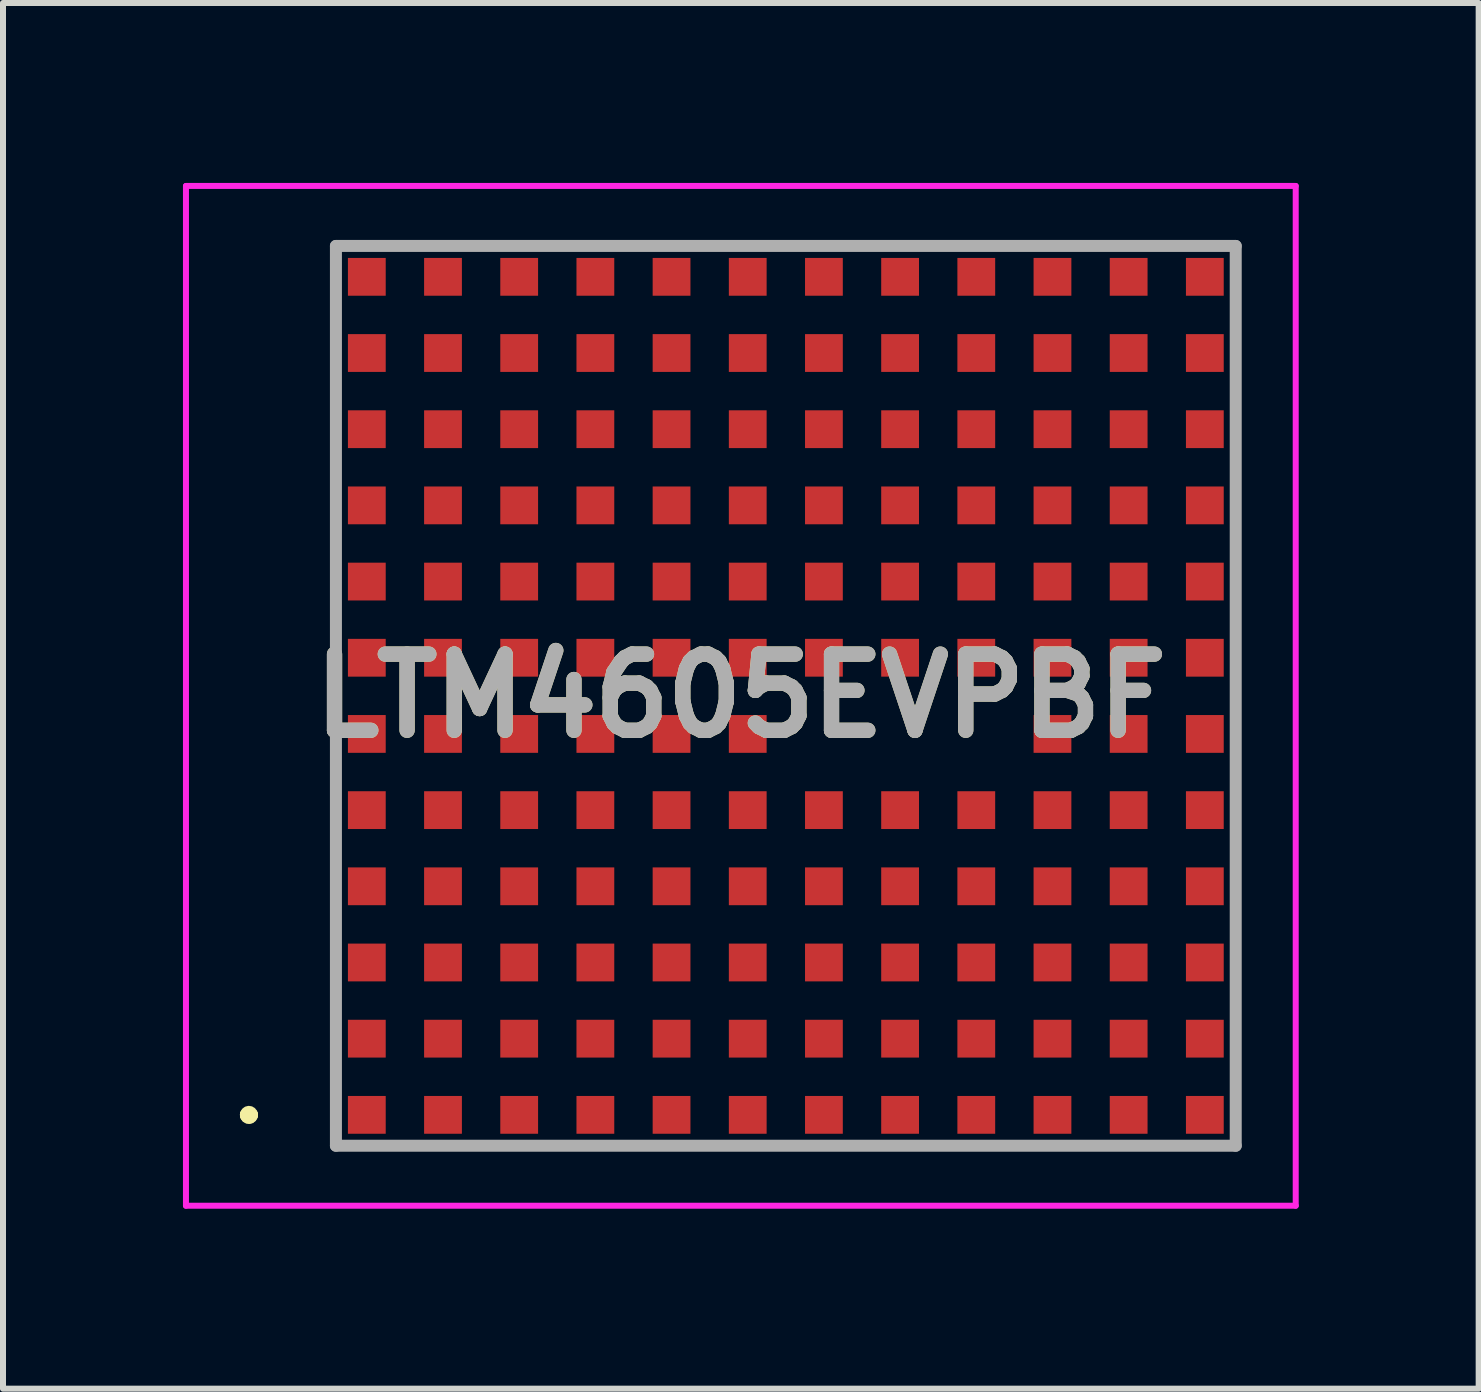
<source format=kicad_pcb>
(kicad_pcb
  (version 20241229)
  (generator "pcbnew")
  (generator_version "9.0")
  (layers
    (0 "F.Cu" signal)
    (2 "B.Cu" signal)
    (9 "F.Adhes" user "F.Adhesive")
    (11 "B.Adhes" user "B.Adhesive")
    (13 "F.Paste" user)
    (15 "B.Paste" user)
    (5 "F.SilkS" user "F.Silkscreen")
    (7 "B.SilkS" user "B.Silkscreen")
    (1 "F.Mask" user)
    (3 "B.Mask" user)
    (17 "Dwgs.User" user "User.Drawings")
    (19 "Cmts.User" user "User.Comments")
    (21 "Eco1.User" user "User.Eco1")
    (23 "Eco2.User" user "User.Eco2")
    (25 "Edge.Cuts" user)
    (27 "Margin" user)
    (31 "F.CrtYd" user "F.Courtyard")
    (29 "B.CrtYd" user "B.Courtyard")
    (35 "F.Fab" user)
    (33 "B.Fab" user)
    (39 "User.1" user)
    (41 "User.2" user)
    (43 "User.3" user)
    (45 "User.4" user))
  (footprint "LTM4605EVPBF"
    (layer "F.Cu")
    (at 10.05 8.55)
    (property "Reference" "LTM4605EVPBF" (at -0.75 0 0) (layer "F.SilkS") (effects (font (size 1.27 1.27) (thickness 0.254))))
    (attr smd)
    (fp_line (start -9 6.985) (end -9 6.985) (stroke (width 0.2) (type solid)) (layer "F.SilkS"))
    (fp_line (start -9 6.985) (end -9 6.985) (stroke (width 0.2) (type solid)) (layer "F.SilkS"))
    (fp_line (start -8.9 6.985) (end -8.9 6.985) (stroke (width 0.2) (type solid)) (layer "F.SilkS"))
    (fp_arc (start -9 6.985) (mid -8.95 6.935) (end -8.9 6.985) (stroke (width 0.2) (type solid)) (layer "F.SilkS"))
    (fp_arc (start -8.9 6.985) (mid -8.95 7.035) (end -9 6.985) (stroke (width 0.2) (type solid)) (layer "F.SilkS"))
    (fp_arc (start -8.9 6.985) (mid -8.95 7.035) (end -9 6.985) (stroke (width 0.2) (type solid)) (layer "F.SilkS"))
    (fp_line (start -10 -8.5) (end 8.5 -8.5) (stroke (width 0.1) (type solid)) (layer "F.CrtYd"))
    (fp_line (start -10 8.5) (end -10 -8.5) (stroke (width 0.1) (type solid)) (layer "F.CrtYd"))
    (fp_line (start 8.5 -8.5) (end 8.5 8.5) (stroke (width 0.1) (type solid)) (layer "F.CrtYd"))
    (fp_line (start 8.5 8.5) (end -10 8.5) (stroke (width 0.1) (type solid)) (layer "F.CrtYd"))
    (fp_line (start -7.5 -7.5) (end -7.5 7.5) (stroke (width 0.2) (type solid)) (layer "F.Fab"))
    (fp_line (start -7.5 7.5) (end 7.5 7.5) (stroke (width 0.2) (type solid)) (layer "F.Fab"))
    (fp_line (start 7.5 -7.5) (end -7.5 -7.5) (stroke (width 0.2) (type solid)) (layer "F.Fab"))
    (fp_line (start 7.5 7.5) (end 7.5 -7.5) (stroke (width 0.2) (type solid)) (layer "F.Fab"))
    (fp_text user "${REFERENCE}" (at -0.75 0 0) (layer "F.Fab") (effects (font (size 1.27 1.27) (thickness 0.254))))
    (pad "A1" smd rect (at -6.985 6.985 90) (size 0.63 0.63) (layers "F.Cu" "F.Mask" "F.Paste"))
    (pad "A2" smd rect (at -5.715 6.985 90) (size 0.63 0.63) (layers "F.Cu" "F.Mask" "F.Paste"))
    (pad "A3" smd rect (at -4.445 6.985 90) (size 0.63 0.63) (layers "F.Cu" "F.Mask" "F.Paste"))
    (pad "A4" smd rect (at -3.175 6.985 90) (size 0.63 0.63) (layers "F.Cu" "F.Mask" "F.Paste"))
    (pad "A5" smd rect (at -1.905 6.985 90) (size 0.63 0.63) (layers "F.Cu" "F.Mask" "F.Paste"))
    (pad "A6" smd rect (at -0.635 6.985 90) (size 0.63 0.63) (layers "F.Cu" "F.Mask" "F.Paste"))
    (pad "A7" smd rect (at 0.635 6.985 90) (size 0.63 0.63) (layers "F.Cu" "F.Mask" "F.Paste"))
    (pad "A8" smd rect (at 1.905 6.985 90) (size 0.63 0.63) (layers "F.Cu" "F.Mask" "F.Paste"))
    (pad "A9" smd rect (at 3.175 6.985 90) (size 0.63 0.63) (layers "F.Cu" "F.Mask" "F.Paste"))
    (pad "A10" smd rect (at 4.445 6.985 90) (size 0.63 0.63) (layers "F.Cu" "F.Mask" "F.Paste"))
    (pad "A11" smd rect (at 5.715 6.985 90) (size 0.63 0.63) (layers "F.Cu" "F.Mask" "F.Paste"))
    (pad "A12" smd rect (at 6.985 6.985 90) (size 0.63 0.63) (layers "F.Cu" "F.Mask" "F.Paste"))
    (pad "B1" smd rect (at -6.985 5.715 90) (size 0.63 0.63) (layers "F.Cu" "F.Mask" "F.Paste"))
    (pad "B2" smd rect (at -5.715 5.715 90) (size 0.63 0.63) (layers "F.Cu" "F.Mask" "F.Paste"))
    (pad "B3" smd rect (at -4.445 5.715 90) (size 0.63 0.63) (layers "F.Cu" "F.Mask" "F.Paste"))
    (pad "B4" smd rect (at -3.175 5.715 90) (size 0.63 0.63) (layers "F.Cu" "F.Mask" "F.Paste"))
    (pad "B5" smd rect (at -1.905 5.715 90) (size 0.63 0.63) (layers "F.Cu" "F.Mask" "F.Paste"))
    (pad "B6" smd rect (at -0.635 5.715 90) (size 0.63 0.63) (layers "F.Cu" "F.Mask" "F.Paste"))
    (pad "B7" smd rect (at 0.635 5.715 90) (size 0.63 0.63) (layers "F.Cu" "F.Mask" "F.Paste"))
    (pad "B8" smd rect (at 1.905 5.715 90) (size 0.63 0.63) (layers "F.Cu" "F.Mask" "F.Paste"))
    (pad "B9" smd rect (at 3.175 5.715 90) (size 0.63 0.63) (layers "F.Cu" "F.Mask" "F.Paste"))
    (pad "B10" smd rect (at 4.445 5.715 90) (size 0.63 0.63) (layers "F.Cu" "F.Mask" "F.Paste"))
    (pad "B11" smd rect (at 5.715 5.715 90) (size 0.63 0.63) (layers "F.Cu" "F.Mask" "F.Paste"))
    (pad "B12" smd rect (at 6.985 5.715 90) (size 0.63 0.63) (layers "F.Cu" "F.Mask" "F.Paste"))
    (pad "C1" smd rect (at -6.985 4.445 90) (size 0.63 0.63) (layers "F.Cu" "F.Mask" "F.Paste"))
    (pad "C2" smd rect (at -5.715 4.445 90) (size 0.63 0.63) (layers "F.Cu" "F.Mask" "F.Paste"))
    (pad "C3" smd rect (at -4.445 4.445 90) (size 0.63 0.63) (layers "F.Cu" "F.Mask" "F.Paste"))
    (pad "C4" smd rect (at -3.175 4.445 90) (size 0.63 0.63) (layers "F.Cu" "F.Mask" "F.Paste"))
    (pad "C5" smd rect (at -1.905 4.445 90) (size 0.63 0.63) (layers "F.Cu" "F.Mask" "F.Paste"))
    (pad "C6" smd rect (at -0.635 4.445 90) (size 0.63 0.63) (layers "F.Cu" "F.Mask" "F.Paste"))
    (pad "C7" smd rect (at 0.635 4.445 90) (size 0.63 0.63) (layers "F.Cu" "F.Mask" "F.Paste"))
    (pad "C8" smd rect (at 1.905 4.445 90) (size 0.63 0.63) (layers "F.Cu" "F.Mask" "F.Paste"))
    (pad "C9" smd rect (at 3.175 4.445 90) (size 0.63 0.63) (layers "F.Cu" "F.Mask" "F.Paste"))
    (pad "C10" smd rect (at 4.445 4.445 90) (size 0.63 0.63) (layers "F.Cu" "F.Mask" "F.Paste"))
    (pad "C11" smd rect (at 5.715 4.445 90) (size 0.63 0.63) (layers "F.Cu" "F.Mask" "F.Paste"))
    (pad "C12" smd rect (at 6.985 4.445 90) (size 0.63 0.63) (layers "F.Cu" "F.Mask" "F.Paste"))
    (pad "D1" smd rect (at -6.985 3.175 90) (size 0.63 0.63) (layers "F.Cu" "F.Mask" "F.Paste"))
    (pad "D2" smd rect (at -5.715 3.175 90) (size 0.63 0.63) (layers "F.Cu" "F.Mask" "F.Paste"))
    (pad "D3" smd rect (at -4.445 3.175 90) (size 0.63 0.63) (layers "F.Cu" "F.Mask" "F.Paste"))
    (pad "D4" smd rect (at -3.175 3.175 90) (size 0.63 0.63) (layers "F.Cu" "F.Mask" "F.Paste"))
    (pad "D5" smd rect (at -1.905 3.175 90) (size 0.63 0.63) (layers "F.Cu" "F.Mask" "F.Paste"))
    (pad "D6" smd rect (at -0.635 3.175 90) (size 0.63 0.63) (layers "F.Cu" "F.Mask" "F.Paste"))
    (pad "D7" smd rect (at 0.635 3.175 90) (size 0.63 0.63) (layers "F.Cu" "F.Mask" "F.Paste"))
    (pad "D8" smd rect (at 1.905 3.175 90) (size 0.63 0.63) (layers "F.Cu" "F.Mask" "F.Paste"))
    (pad "D9" smd rect (at 3.175 3.175 90) (size 0.63 0.63) (layers "F.Cu" "F.Mask" "F.Paste"))
    (pad "D10" smd rect (at 4.445 3.175 90) (size 0.63 0.63) (layers "F.Cu" "F.Mask" "F.Paste"))
    (pad "D11" smd rect (at 5.715 3.175 90) (size 0.63 0.63) (layers "F.Cu" "F.Mask" "F.Paste"))
    (pad "D12" smd rect (at 6.985 3.175 90) (size 0.63 0.63) (layers "F.Cu" "F.Mask" "F.Paste"))
    (pad "E1" smd rect (at -6.985 1.905 90) (size 0.63 0.63) (layers "F.Cu" "F.Mask" "F.Paste"))
    (pad "E2" smd rect (at -5.715 1.905 90) (size 0.63 0.63) (layers "F.Cu" "F.Mask" "F.Paste"))
    (pad "E3" smd rect (at -4.445 1.905 90) (size 0.63 0.63) (layers "F.Cu" "F.Mask" "F.Paste"))
    (pad "E4" smd rect (at -3.175 1.905 90) (size 0.63 0.63) (layers "F.Cu" "F.Mask" "F.Paste"))
    (pad "E5" smd rect (at -1.905 1.905 90) (size 0.63 0.63) (layers "F.Cu" "F.Mask" "F.Paste"))
    (pad "E6" smd rect (at -0.635 1.905 90) (size 0.63 0.63) (layers "F.Cu" "F.Mask" "F.Paste"))
    (pad "E7" smd rect (at 0.635 1.905 90) (size 0.63 0.63) (layers "F.Cu" "F.Mask" "F.Paste"))
    (pad "E8" smd rect (at 1.905 1.905 90) (size 0.63 0.63) (layers "F.Cu" "F.Mask" "F.Paste"))
    (pad "E9" smd rect (at 3.175 1.905 90) (size 0.63 0.63) (layers "F.Cu" "F.Mask" "F.Paste"))
    (pad "E10" smd rect (at 4.445 1.905 90) (size 0.63 0.63) (layers "F.Cu" "F.Mask" "F.Paste"))
    (pad "E11" smd rect (at 5.715 1.905 90) (size 0.63 0.63) (layers "F.Cu" "F.Mask" "F.Paste"))
    (pad "E12" smd rect (at 6.985 1.905 90) (size 0.63 0.63) (layers "F.Cu" "F.Mask" "F.Paste"))
    (pad "F1" smd rect (at -6.985 0.635 90) (size 0.63 0.63) (layers "F.Cu" "F.Mask" "F.Paste"))
    (pad "F2" smd rect (at -5.715 0.635 90) (size 0.63 0.63) (layers "F.Cu" "F.Mask" "F.Paste"))
    (pad "F3" smd rect (at -4.445 0.635 90) (size 0.63 0.63) (layers "F.Cu" "F.Mask" "F.Paste"))
    (pad "F4" smd rect (at -3.175 0.635 90) (size 0.63 0.63) (layers "F.Cu" "F.Mask" "F.Paste"))
    (pad "F5" smd rect (at -1.905 0.635 90) (size 0.63 0.63) (layers "F.Cu" "F.Mask" "F.Paste"))
    (pad "F6" smd rect (at -0.635 0.635 90) (size 0.63 0.63) (layers "F.Cu" "F.Mask" "F.Paste"))
    (pad "F10" smd rect (at 4.445 0.635 90) (size 0.63 0.63) (layers "F.Cu" "F.Mask" "F.Paste"))
    (pad "F11" smd rect (at 5.715 0.635 90) (size 0.63 0.63) (layers "F.Cu" "F.Mask" "F.Paste"))
    (pad "F12" smd rect (at 6.985 0.635 90) (size 0.63 0.63) (layers "F.Cu" "F.Mask" "F.Paste"))
    (pad "G1" smd rect (at -6.985 -0.635 90) (size 0.63 0.63) (layers "F.Cu" "F.Mask" "F.Paste"))
    (pad "G2" smd rect (at -5.715 -0.635 90) (size 0.63 0.63) (layers "F.Cu" "F.Mask" "F.Paste"))
    (pad "G3" smd rect (at -4.445 -0.635 90) (size 0.63 0.63) (layers "F.Cu" "F.Mask" "F.Paste"))
    (pad "G4" smd rect (at -3.175 -0.635 90) (size 0.63 0.63) (layers "F.Cu" "F.Mask" "F.Paste"))
    (pad "G5" smd rect (at -1.905 -0.635 90) (size 0.63 0.63) (layers "F.Cu" "F.Mask" "F.Paste"))
    (pad "G6" smd rect (at -0.635 -0.635 90) (size 0.63 0.63) (layers "F.Cu" "F.Mask" "F.Paste"))
    (pad "G7" smd rect (at 0.635 -0.635 90) (size 0.63 0.63) (layers "F.Cu" "F.Mask" "F.Paste"))
    (pad "G8" smd rect (at 1.905 -0.635 90) (size 0.63 0.63) (layers "F.Cu" "F.Mask" "F.Paste"))
    (pad "G9" smd rect (at 3.175 -0.635 90) (size 0.63 0.63) (layers "F.Cu" "F.Mask" "F.Paste"))
    (pad "G10" smd rect (at 4.445 -0.635 90) (size 0.63 0.63) (layers "F.Cu" "F.Mask" "F.Paste"))
    (pad "G11" smd rect (at 5.715 -0.635 90) (size 0.63 0.63) (layers "F.Cu" "F.Mask" "F.Paste"))
    (pad "G12" smd rect (at 6.985 -0.635 90) (size 0.63 0.63) (layers "F.Cu" "F.Mask" "F.Paste"))
    (pad "H1" smd rect (at -6.985 -1.905 90) (size 0.63 0.63) (layers "F.Cu" "F.Mask" "F.Paste"))
    (pad "H2" smd rect (at -5.715 -1.905 90) (size 0.63 0.63) (layers "F.Cu" "F.Mask" "F.Paste"))
    (pad "H3" smd rect (at -4.445 -1.905 90) (size 0.63 0.63) (layers "F.Cu" "F.Mask" "F.Paste"))
    (pad "H4" smd rect (at -3.175 -1.905 90) (size 0.63 0.63) (layers "F.Cu" "F.Mask" "F.Paste"))
    (pad "H5" smd rect (at -1.905 -1.905 90) (size 0.63 0.63) (layers "F.Cu" "F.Mask" "F.Paste"))
    (pad "H6" smd rect (at -0.635 -1.905 90) (size 0.63 0.63) (layers "F.Cu" "F.Mask" "F.Paste"))
    (pad "H7" smd rect (at 0.635 -1.905 90) (size 0.63 0.63) (layers "F.Cu" "F.Mask" "F.Paste"))
    (pad "H8" smd rect (at 1.905 -1.905 90) (size 0.63 0.63) (layers "F.Cu" "F.Mask" "F.Paste"))
    (pad "H9" smd rect (at 3.175 -1.905 90) (size 0.63 0.63) (layers "F.Cu" "F.Mask" "F.Paste"))
    (pad "H10" smd rect (at 4.445 -1.905 90) (size 0.63 0.63) (layers "F.Cu" "F.Mask" "F.Paste"))
    (pad "H11" smd rect (at 5.715 -1.905 90) (size 0.63 0.63) (layers "F.Cu" "F.Mask" "F.Paste"))
    (pad "H12" smd rect (at 6.985 -1.905 90) (size 0.63 0.63) (layers "F.Cu" "F.Mask" "F.Paste"))
    (pad "J1" smd rect (at -6.985 -3.175 90) (size 0.63 0.63) (layers "F.Cu" "F.Mask" "F.Paste"))
    (pad "J2" smd rect (at -5.715 -3.175 90) (size 0.63 0.63) (layers "F.Cu" "F.Mask" "F.Paste"))
    (pad "J3" smd rect (at -4.445 -3.175 90) (size 0.63 0.63) (layers "F.Cu" "F.Mask" "F.Paste"))
    (pad "J4" smd rect (at -3.175 -3.175 90) (size 0.63 0.63) (layers "F.Cu" "F.Mask" "F.Paste"))
    (pad "J5" smd rect (at -1.905 -3.175 90) (size 0.63 0.63) (layers "F.Cu" "F.Mask" "F.Paste"))
    (pad "J6" smd rect (at -0.635 -3.175 90) (size 0.63 0.63) (layers "F.Cu" "F.Mask" "F.Paste"))
    (pad "J7" smd rect (at 0.635 -3.175 90) (size 0.63 0.63) (layers "F.Cu" "F.Mask" "F.Paste"))
    (pad "J8" smd rect (at 1.905 -3.175 90) (size 0.63 0.63) (layers "F.Cu" "F.Mask" "F.Paste"))
    (pad "J9" smd rect (at 3.175 -3.175 90) (size 0.63 0.63) (layers "F.Cu" "F.Mask" "F.Paste"))
    (pad "J10" smd rect (at 4.445 -3.175 90) (size 0.63 0.63) (layers "F.Cu" "F.Mask" "F.Paste"))
    (pad "J11" smd rect (at 5.715 -3.175 90) (size 0.63 0.63) (layers "F.Cu" "F.Mask" "F.Paste"))
    (pad "J12" smd rect (at 6.985 -3.175 90) (size 0.63 0.63) (layers "F.Cu" "F.Mask" "F.Paste"))
    (pad "K1" smd rect (at -6.985 -4.445 90) (size 0.63 0.63) (layers "F.Cu" "F.Mask" "F.Paste"))
    (pad "K2" smd rect (at -5.715 -4.445 90) (size 0.63 0.63) (layers "F.Cu" "F.Mask" "F.Paste"))
    (pad "K3" smd rect (at -4.445 -4.445 90) (size 0.63 0.63) (layers "F.Cu" "F.Mask" "F.Paste"))
    (pad "K4" smd rect (at -3.175 -4.445 90) (size 0.63 0.63) (layers "F.Cu" "F.Mask" "F.Paste"))
    (pad "K5" smd rect (at -1.905 -4.445 90) (size 0.63 0.63) (layers "F.Cu" "F.Mask" "F.Paste"))
    (pad "K6" smd rect (at -0.635 -4.445 90) (size 0.63 0.63) (layers "F.Cu" "F.Mask" "F.Paste"))
    (pad "K7" smd rect (at 0.635 -4.445 90) (size 0.63 0.63) (layers "F.Cu" "F.Mask" "F.Paste"))
    (pad "K8" smd rect (at 1.905 -4.445 90) (size 0.63 0.63) (layers "F.Cu" "F.Mask" "F.Paste"))
    (pad "K9" smd rect (at 3.175 -4.445 90) (size 0.63 0.63) (layers "F.Cu" "F.Mask" "F.Paste"))
    (pad "K10" smd rect (at 4.445 -4.445 90) (size 0.63 0.63) (layers "F.Cu" "F.Mask" "F.Paste"))
    (pad "K11" smd rect (at 5.715 -4.445 90) (size 0.63 0.63) (layers "F.Cu" "F.Mask" "F.Paste"))
    (pad "K12" smd rect (at 6.985 -4.445 90) (size 0.63 0.63) (layers "F.Cu" "F.Mask" "F.Paste"))
    (pad "L1" smd rect (at -6.985 -5.715 90) (size 0.63 0.63) (layers "F.Cu" "F.Mask" "F.Paste"))
    (pad "L2" smd rect (at -5.715 -5.715 90) (size 0.63 0.63) (layers "F.Cu" "F.Mask" "F.Paste"))
    (pad "L3" smd rect (at -4.445 -5.715 90) (size 0.63 0.63) (layers "F.Cu" "F.Mask" "F.Paste"))
    (pad "L4" smd rect (at -3.175 -5.715 90) (size 0.63 0.63) (layers "F.Cu" "F.Mask" "F.Paste"))
    (pad "L5" smd rect (at -1.905 -5.715 90) (size 0.63 0.63) (layers "F.Cu" "F.Mask" "F.Paste"))
    (pad "L6" smd rect (at -0.635 -5.715 90) (size 0.63 0.63) (layers "F.Cu" "F.Mask" "F.Paste"))
    (pad "L7" smd rect (at 0.635 -5.715 90) (size 0.63 0.63) (layers "F.Cu" "F.Mask" "F.Paste"))
    (pad "L8" smd rect (at 1.905 -5.715 90) (size 0.63 0.63) (layers "F.Cu" "F.Mask" "F.Paste"))
    (pad "L9" smd rect (at 3.175 -5.715 90) (size 0.63 0.63) (layers "F.Cu" "F.Mask" "F.Paste"))
    (pad "L10" smd rect (at 4.445 -5.715 90) (size 0.63 0.63) (layers "F.Cu" "F.Mask" "F.Paste"))
    (pad "L11" smd rect (at 5.715 -5.715 90) (size 0.63 0.63) (layers "F.Cu" "F.Mask" "F.Paste"))
    (pad "L12" smd rect (at 6.985 -5.715 90) (size 0.63 0.63) (layers "F.Cu" "F.Mask" "F.Paste"))
    (pad "M1" smd rect (at -6.985 -6.985 90) (size 0.63 0.63) (layers "F.Cu" "F.Mask" "F.Paste"))
    (pad "M2" smd rect (at -5.715 -6.985 90) (size 0.63 0.63) (layers "F.Cu" "F.Mask" "F.Paste"))
    (pad "M3" smd rect (at -4.445 -6.985 90) (size 0.63 0.63) (layers "F.Cu" "F.Mask" "F.Paste"))
    (pad "M4" smd rect (at -3.175 -6.985 90) (size 0.63 0.63) (layers "F.Cu" "F.Mask" "F.Paste"))
    (pad "M5" smd rect (at -1.905 -6.985 90) (size 0.63 0.63) (layers "F.Cu" "F.Mask" "F.Paste"))
    (pad "M6" smd rect (at -0.635 -6.985 90) (size 0.63 0.63) (layers "F.Cu" "F.Mask" "F.Paste"))
    (pad "M7" smd rect (at 0.635 -6.985 90) (size 0.63 0.63) (layers "F.Cu" "F.Mask" "F.Paste"))
    (pad "M8" smd rect (at 1.905 -6.985 90) (size 0.63 0.63) (layers "F.Cu" "F.Mask" "F.Paste"))
    (pad "M9" smd rect (at 3.175 -6.985 90) (size 0.63 0.63) (layers "F.Cu" "F.Mask" "F.Paste"))
    (pad "M10" smd rect (at 4.445 -6.985 90) (size 0.63 0.63) (layers "F.Cu" "F.Mask" "F.Paste"))
    (pad "M11" smd rect (at 5.715 -6.985 90) (size 0.63 0.63) (layers "F.Cu" "F.Mask" "F.Paste"))
    (pad "M12" smd rect (at 6.985 -6.985 90) (size 0.63 0.63) (layers "F.Cu" "F.Mask" "F.Paste")))
  (gr_rect
    (start -3 -3)
    (end 21.6 20.1)
    (stroke (width 0.1) (type default))
    (fill no)
    (layer "Edge.Cuts")))
</source>
